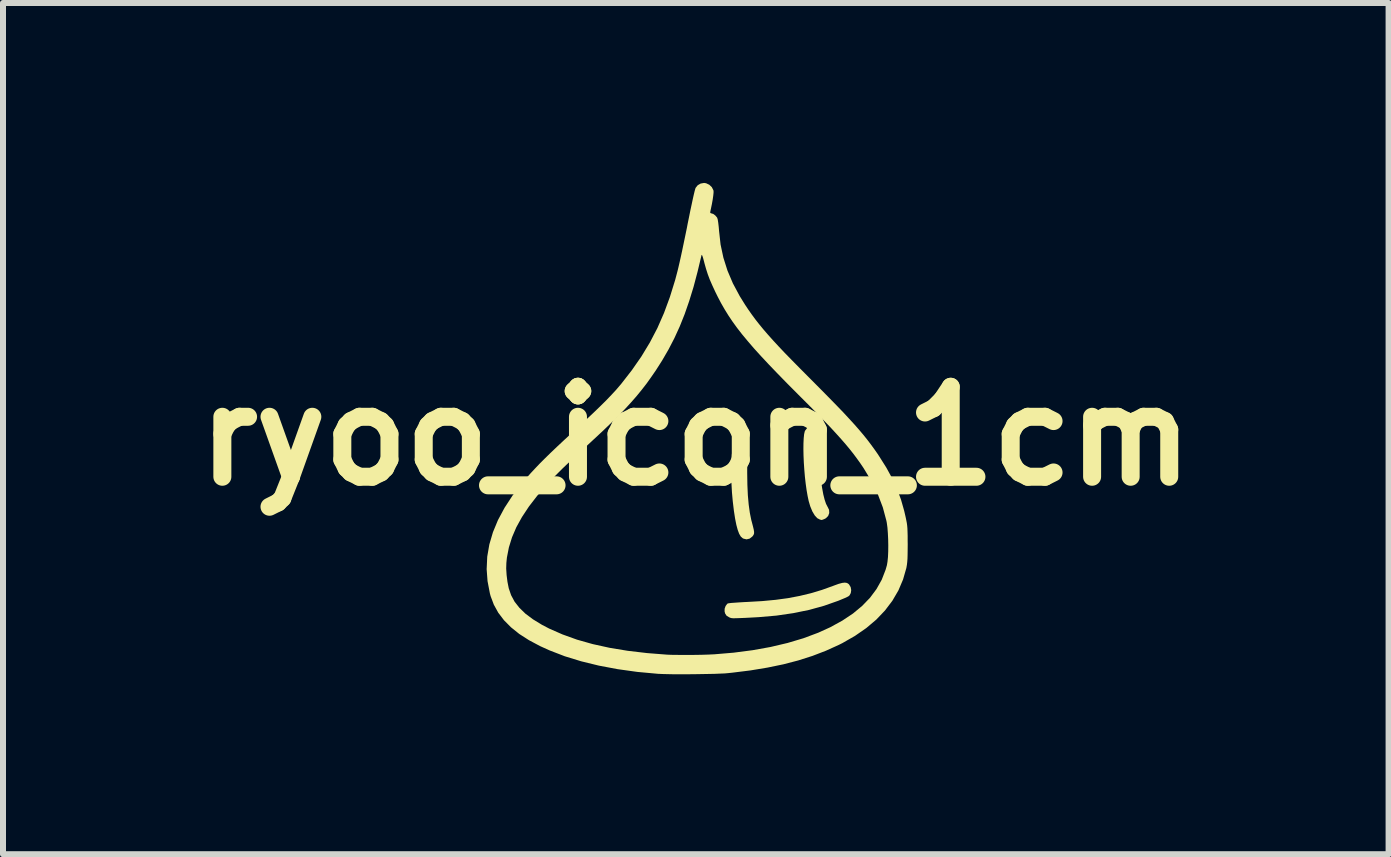
<source format=kicad_pcb>
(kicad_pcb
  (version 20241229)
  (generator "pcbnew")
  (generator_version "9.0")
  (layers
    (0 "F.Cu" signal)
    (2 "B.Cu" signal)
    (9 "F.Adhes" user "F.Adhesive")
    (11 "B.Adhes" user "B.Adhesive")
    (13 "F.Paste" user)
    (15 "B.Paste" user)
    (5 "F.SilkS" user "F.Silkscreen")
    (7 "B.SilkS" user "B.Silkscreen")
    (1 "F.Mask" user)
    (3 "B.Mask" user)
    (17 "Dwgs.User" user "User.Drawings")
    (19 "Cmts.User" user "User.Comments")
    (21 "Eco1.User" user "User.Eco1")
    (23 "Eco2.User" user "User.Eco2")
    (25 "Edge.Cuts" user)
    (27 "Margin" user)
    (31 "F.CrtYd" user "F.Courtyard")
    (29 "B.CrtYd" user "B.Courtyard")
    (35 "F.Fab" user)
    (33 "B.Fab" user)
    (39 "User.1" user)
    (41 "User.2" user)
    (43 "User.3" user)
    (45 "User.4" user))
  (footprint "ryoo_icon_1cm"
    (layer "F.Cu")
    (at 8.55 4.22)
    (property "Reference" "ryoo_icon_1cm" (at 0 0 0) (layer "F.SilkS") (effects (font (size 1.5 1.5) (thickness 0.3))))
    (attr board_only exclude_from_pos_files exclude_from_bom)
    (fp_poly (pts (xy 0.788 0.063) (xy 0.831 0.084) (xy 0.865 0.125) (xy 0.869 0.133) (xy 0.881 0.164) (xy 0.882 0.193) (xy 0.873 0.228) (xy 0.867 0.256) (xy 0.863 0.3) (xy 0.86 0.363) (xy 0.858 0.445) (xy 0.857 0.549) (xy 0.857 0.613) (xy 0.86 0.812) (xy 0.868 0.988) (xy 0.882 1.143) (xy 0.901 1.28) (xy 0.925 1.399) (xy 0.934 1.432) (xy 0.953 1.505) (xy 0.966 1.559) (xy 0.972 1.598) (xy 0.971 1.625) (xy 0.963 1.647) (xy 0.949 1.667) (xy 0.942 1.675) (xy 0.897 1.71) (xy 0.846 1.722) (xy 0.795 1.71) (xy 0.78 1.702) (xy 0.75 1.675) (xy 0.723 1.629) (xy 0.699 1.565) (xy 0.676 1.48) (xy 0.655 1.374) (xy 0.635 1.244) (xy 0.633 1.226) (xy 0.616 1.084) (xy 0.603 0.94) (xy 0.595 0.797) (xy 0.59 0.659) (xy 0.589 0.529) (xy 0.593 0.41) (xy 0.601 0.306) (xy 0.613 0.22) (xy 0.628 0.156) (xy 0.655 0.107) (xy 0.695 0.074) (xy 0.74 0.059)) (stroke (width 0) (type solid)) (fill yes) (layer "F.SilkS"))
    (fp_poly (pts (xy 1.997 -0.141) (xy 2.027 -0.118) (xy 2.039 -0.104) (xy 2.047 -0.09) (xy 2.052 -0.07) (xy 2.054 -0.041) (xy 2.055 0.003) (xy 2.054 0.066) (xy 2.053 0.092) (xy 2.053 0.226) (xy 2.056 0.362) (xy 2.064 0.498) (xy 2.075 0.63) (xy 2.089 0.755) (xy 2.107 0.871) (xy 2.126 0.974) (xy 2.148 1.061) (xy 2.171 1.129) (xy 2.195 1.176) (xy 2.196 1.177) (xy 2.222 1.23) (xy 2.225 1.283) (xy 2.207 1.331) (xy 2.17 1.369) (xy 2.144 1.383) (xy 2.115 1.394) (xy 2.099 1.399) (xy 2.098 1.399) (xy 2.085 1.396) (xy 2.07 1.392) (xy 2.025 1.369) (xy 1.983 1.323) (xy 1.943 1.256) (xy 1.908 1.171) (xy 1.882 1.083) (xy 1.864 0.998) (xy 1.847 0.9) (xy 1.832 0.792) (xy 1.819 0.678) (xy 1.809 0.559) (xy 1.801 0.441) (xy 1.796 0.326) (xy 1.794 0.218) (xy 1.795 0.12) (xy 1.799 0.036) (xy 1.806 -0.032) (xy 1.817 -0.079) (xy 1.822 -0.09) (xy 1.854 -0.131) (xy 1.899 -0.153) (xy 1.949 -0.157)) (stroke (width 0) (type solid)) (fill yes) (layer "F.SilkS"))
    (fp_poly (pts (xy 2.521 2.449) (xy 2.548 2.466) (xy 2.556 2.475) (xy 2.582 2.518) (xy 2.591 2.568) (xy 2.584 2.617) (xy 2.562 2.657) (xy 2.545 2.671) (xy 2.522 2.683) (xy 2.481 2.702) (xy 2.428 2.724) (xy 2.375 2.746) (xy 2.139 2.829) (xy 1.89 2.898) (xy 1.626 2.952) (xy 1.345 2.993) (xy 1.046 3.019) (xy 0.919 3.026) (xy 0.822 3.031) (xy 0.747 3.034) (xy 0.69 3.036) (xy 0.648 3.037) (xy 0.619 3.037) (xy 0.598 3.035) (xy 0.583 3.032) (xy 0.57 3.027) (xy 0.557 3.022) (xy 0.513 2.995) (xy 0.489 2.958) (xy 0.48 2.923) (xy 0.481 2.878) (xy 0.497 2.833) (xy 0.523 2.798) (xy 0.535 2.79) (xy 0.553 2.787) (xy 0.592 2.782) (xy 0.65 2.778) (xy 0.721 2.773) (xy 0.802 2.768) (xy 0.866 2.765) (xy 1.109 2.751) (xy 1.331 2.73) (xy 1.538 2.702) (xy 1.732 2.665) (xy 1.919 2.62) (xy 2.102 2.565) (xy 2.286 2.499) (xy 2.304 2.492) (xy 2.381 2.464) (xy 2.441 2.448) (xy 2.486 2.443)) (stroke (width 0) (type solid)) (fill yes) (layer "F.SilkS"))
    (fp_poly (pts (xy 0.172 -4.215) (xy 0.225 -4.19) (xy 0.267 -4.15) (xy 0.292 -4.101) (xy 0.296 -4.088) (xy 0.296 -4.057) (xy 0.291 -4.008) (xy 0.282 -3.944) (xy 0.269 -3.871) (xy 0.253 -3.794) (xy 0.242 -3.742) (xy 0.241 -3.72) (xy 0.255 -3.714) (xy 0.29 -3.704) (xy 0.325 -3.678) (xy 0.354 -3.644) (xy 0.357 -3.638) (xy 0.366 -3.609) (xy 0.374 -3.558) (xy 0.382 -3.489) (xy 0.388 -3.42) (xy 0.413 -3.194) (xy 0.46 -2.974) (xy 0.528 -2.759) (xy 0.618 -2.547) (xy 0.732 -2.334) (xy 0.822 -2.189) (xy 0.878 -2.105) (xy 0.935 -2.024) (xy 0.994 -1.944) (xy 1.057 -1.864) (xy 1.125 -1.781) (xy 1.2 -1.694) (xy 1.284 -1.6) (xy 1.377 -1.499) (xy 1.482 -1.388) (xy 1.601 -1.266) (xy 1.734 -1.131) (xy 1.883 -0.981) (xy 1.926 -0.938) (xy 2.082 -0.781) (xy 2.222 -0.639) (xy 2.347 -0.511) (xy 2.458 -0.396) (xy 2.556 -0.29) (xy 2.644 -0.194) (xy 2.723 -0.104) (xy 2.794 -0.02) (xy 2.859 0.061) (xy 2.919 0.14) (xy 2.976 0.218) (xy 3.032 0.298) (xy 3.058 0.338) (xy 3.176 0.525) (xy 3.274 0.704) (xy 3.355 0.881) (xy 3.421 1.059) (xy 3.474 1.245) (xy 3.498 1.349) (xy 3.509 1.402) (xy 3.518 1.448) (xy 3.524 1.492) (xy 3.528 1.54) (xy 3.53 1.595) (xy 3.532 1.662) (xy 3.532 1.748) (xy 3.533 1.801) (xy 3.532 1.902) (xy 3.531 1.983) (xy 3.529 2.048) (xy 3.525 2.1) (xy 3.52 2.144) (xy 3.513 2.185) (xy 3.51 2.201) (xy 3.455 2.392) (xy 3.378 2.573) (xy 3.277 2.746) (xy 3.154 2.908) (xy 3.009 3.06) (xy 2.842 3.201) (xy 2.653 3.332) (xy 2.443 3.452) (xy 2.383 3.482) (xy 2.169 3.579) (xy 1.945 3.665) (xy 1.71 3.74) (xy 1.461 3.805) (xy 1.195 3.86) (xy 0.911 3.907) (xy 0.606 3.945) (xy 0.538 3.952) (xy 0.483 3.957) (xy 0.407 3.96) (xy 0.314 3.964) (xy 0.209 3.966) (xy 0.094 3.968) (xy -0.025 3.97) (xy -0.145 3.971) (xy -0.262 3.971) (xy -0.372 3.971) (xy -0.47 3.969) (xy -0.553 3.967) (xy -0.617 3.964) (xy -0.625 3.964) (xy -0.973 3.932) (xy -1.303 3.886) (xy -1.616 3.827) (xy -1.91 3.755) (xy -2.184 3.671) (xy -2.438 3.573) (xy -2.595 3.502) (xy -2.781 3.403) (xy -2.943 3.299) (xy -3.081 3.188) (xy -3.198 3.07) (xy -3.293 2.945) (xy -3.367 2.811) (xy -3.421 2.667) (xy -3.433 2.622) (xy -3.472 2.418) (xy -3.487 2.214) (xy -3.486 2.208) (xy -3.161 2.208) (xy -3.154 2.317) (xy -3.14 2.429) (xy -3.119 2.535) (xy -3.118 2.539) (xy -3.079 2.653) (xy -3.021 2.761) (xy -2.941 2.863) (xy -2.84 2.961) (xy -2.716 3.054) (xy -2.569 3.144) (xy -2.445 3.209) (xy -2.222 3.307) (xy -1.98 3.394) (xy -1.719 3.468) (xy -1.437 3.53) (xy -1.135 3.58) (xy -0.811 3.618) (xy -0.481 3.644) (xy -0.411 3.647) (xy -0.322 3.648) (xy -0.219 3.649) (xy -0.109 3.649) (xy 0.003 3.648) (xy 0.111 3.646) (xy 0.208 3.643) (xy 0.29 3.639) (xy 0.3 3.639) (xy 0.631 3.611) (xy 0.947 3.57) (xy 1.247 3.516) (xy 1.531 3.449) (xy 1.796 3.37) (xy 2.042 3.278) (xy 2.244 3.186) (xy 2.444 3.076) (xy 2.621 2.958) (xy 2.774 2.831) (xy 2.905 2.695) (xy 3.013 2.55) (xy 3.1 2.395) (xy 3.164 2.23) (xy 3.186 2.154) (xy 3.196 2.095) (xy 3.204 2.016) (xy 3.208 1.923) (xy 3.209 1.822) (xy 3.207 1.718) (xy 3.202 1.617) (xy 3.195 1.524) (xy 3.184 1.444) (xy 3.178 1.413) (xy 3.118 1.189) (xy 3.033 0.965) (xy 2.925 0.745) (xy 2.796 0.532) (xy 2.741 0.451) (xy 2.685 0.373) (xy 2.627 0.295) (xy 2.565 0.217) (xy 2.497 0.135) (xy 2.423 0.05) (xy 2.34 -0.042) (xy 2.247 -0.143) (xy 2.142 -0.252) (xy 2.025 -0.374) (xy 1.892 -0.508) (xy 1.743 -0.657) (xy 1.7 -0.7) (xy 1.522 -0.879) (xy 1.361 -1.044) (xy 1.217 -1.194) (xy 1.087 -1.333) (xy 0.97 -1.462) (xy 0.866 -1.583) (xy 0.772 -1.696) (xy 0.688 -1.804) (xy 0.612 -1.909) (xy 0.543 -2.012) (xy 0.48 -2.114) (xy 0.421 -2.217) (xy 0.365 -2.324) (xy 0.324 -2.407) (xy 0.274 -2.515) (xy 0.233 -2.609) (xy 0.2 -2.697) (xy 0.171 -2.787) (xy 0.143 -2.887) (xy 0.138 -2.908) (xy 0.122 -2.967) (xy 0.11 -3.004) (xy 0.101 -3.021) (xy 0.096 -3.017) (xy 0.095 -3.014) (xy 0.029 -2.738) (xy -0.038 -2.485) (xy -0.11 -2.251) (xy -0.186 -2.032) (xy -0.268 -1.827) (xy -0.357 -1.632) (xy -0.454 -1.445) (xy -0.56 -1.262) (xy -0.667 -1.094) (xy -0.745 -0.981) (xy -0.823 -0.872) (xy -0.904 -0.768) (xy -0.989 -0.664) (xy -1.081 -0.559) (xy -1.181 -0.45) (xy -1.292 -0.336) (xy -1.416 -0.214) (xy -1.555 -0.081) (xy -1.711 0.064) (xy -1.757 0.107) (xy -1.879 0.219) (xy -1.984 0.317) (xy -2.075 0.402) (xy -2.154 0.476) (xy -2.223 0.542) (xy -2.284 0.603) (xy -2.339 0.658) (xy -2.392 0.712) (xy -2.442 0.766) (xy -2.485 0.813) (xy -2.646 0.998) (xy -2.783 1.176) (xy -2.898 1.35) (xy -2.992 1.52) (xy -3.064 1.688) (xy -3.116 1.856) (xy -3.149 2.025) (xy -3.158 2.114) (xy -3.161 2.208) (xy -3.486 2.208) (xy -3.477 2.01) (xy -3.442 1.807) (xy -3.382 1.603) (xy -3.298 1.4) (xy -3.188 1.195) (xy -3.054 0.99) (xy -2.943 0.844) (xy -2.881 0.768) (xy -2.818 0.693) (xy -2.752 0.618) (xy -2.681 0.542) (xy -2.604 0.461) (xy -2.518 0.375) (xy -2.422 0.281) (xy -2.314 0.178) (xy -2.191 0.063) (xy -2.052 -0.066) (xy -1.982 -0.13) (xy -1.835 -0.267) (xy -1.705 -0.389) (xy -1.592 -0.498) (xy -1.492 -0.597) (xy -1.406 -0.687) (xy -1.33 -0.769) (xy -1.265 -0.845) (xy -1.246 -0.867) (xy -1.067 -1.097) (xy -0.907 -1.327) (xy -0.766 -1.56) (xy -0.64 -1.801) (xy -0.53 -2.052) (xy -0.432 -2.318) (xy -0.344 -2.602) (xy -0.306 -2.746) (xy -0.291 -2.807) (xy -0.272 -2.889) (xy -0.25 -2.987) (xy -0.226 -3.098) (xy -0.201 -3.218) (xy -0.175 -3.343) (xy -0.149 -3.469) (xy -0.137 -3.533) (xy -0.113 -3.65) (xy -0.091 -3.76) (xy -0.069 -3.862) (xy -0.05 -3.951) (xy -0.033 -4.027) (xy -0.019 -4.085) (xy -0.008 -4.124) (xy -0.003 -4.138) (xy 0.032 -4.182) (xy 0.081 -4.21) (xy 0.138 -4.22)) (stroke (width 0) (type solid)) (fill yes) (layer "F.SilkS")))
  (gr_rect
    (start -3 -3)
    (end 20.1 11.191)
    (stroke (width 0.1) (type default))
    (fill no)
    (layer "Edge.Cuts")))
</source>
